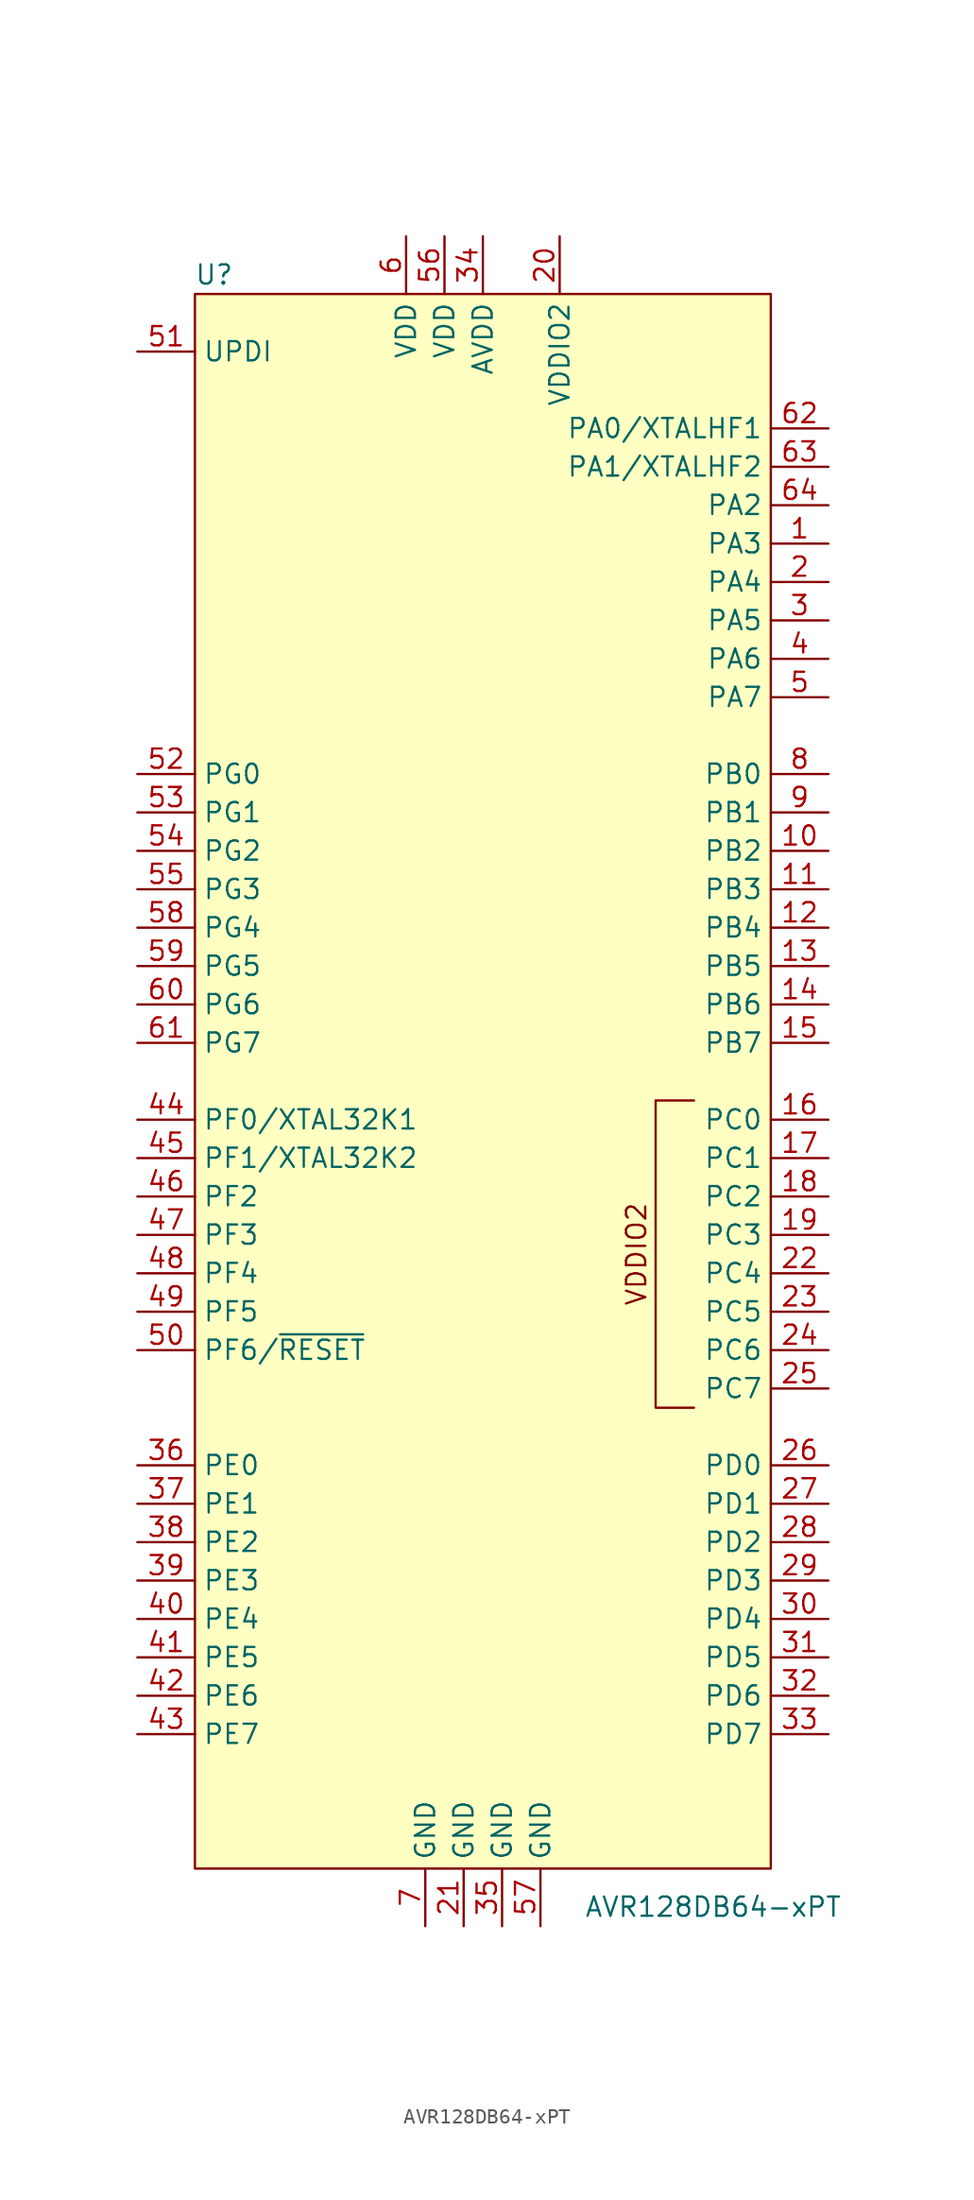
<source format=kicad_sym>
(kicad_symbol_lib
  (version 20211014)
  (generator kicad_symbol_editor)
  (symbol "AVR128DB64-xPT"
    (property "Reference" "U"
      (at -17.78 53.34 0)
      (effects (font (size 1.27 1.27))))
    (property "Value" "AVR128DB64-xPT"
      (at 15.24 -54.61 0)
      (effects (font (size 1.27 1.27))))
    (symbol "AVR128DB64-xPT_0_0"
      (text "VDDIO2" (at 10.16 -11.43 900) (effects (font (size 1.27 1.27)))))
    (symbol "AVR128DB64-xPT_0_1"
      (rectangle (start -19.05 52.07) (end 19.05 -52.07) (stroke (width 0) (type default) (color 0 0 0 0)) (fill (type background)))
      (polyline (pts (xy 13.97 -1.27) (xy 11.43 -1.27) (xy 11.43 -21.59) (xy 13.97 -21.59)) (stroke (width 0) (type default) (color 0 0 0 0)) (fill (type none))))
    (symbol "AVR128DB64-xPT_1_1"
      (pin bidirectional line (at 22.86 35.56 180) (length 3.81) (name "PA3" (effects (font (size 1.27 1.27)))) (number "1" (effects (font (size 1.27 1.27)))))
      (pin bidirectional line (at 22.86 15.24 180) (length 3.81) (name "PB2" (effects (font (size 1.27 1.27)))) (number "10" (effects (font (size 1.27 1.27)))))
      (pin bidirectional line (at 22.86 12.7 180) (length 3.81) (name "PB3" (effects (font (size 1.27 1.27)))) (number "11" (effects (font (size 1.27 1.27)))))
      (pin bidirectional line (at 22.86 10.16 180) (length 3.81) (name "PB4" (effects (font (size 1.27 1.27)))) (number "12" (effects (font (size 1.27 1.27)))))
      (pin bidirectional line (at 22.86 7.62 180) (length 3.81) (name "PB5" (effects (font (size 1.27 1.27)))) (number "13" (effects (font (size 1.27 1.27)))))
      (pin bidirectional line (at 22.86 5.08 180) (length 3.81) (name "PB6" (effects (font (size 1.27 1.27)))) (number "14" (effects (font (size 1.27 1.27)))))
      (pin bidirectional line (at 22.86 2.54 180) (length 3.81) (name "PB7" (effects (font (size 1.27 1.27)))) (number "15" (effects (font (size 1.27 1.27)))))
      (pin bidirectional line (at 22.86 -2.54 180) (length 3.81) (name "PC0" (effects (font (size 1.27 1.27)))) (number "16" (effects (font (size 1.27 1.27)))))
      (pin bidirectional line (at 22.86 -5.08 180) (length 3.81) (name "PC1" (effects (font (size 1.27 1.27)))) (number "17" (effects (font (size 1.27 1.27)))))
      (pin bidirectional line (at 22.86 -7.62 180) (length 3.81) (name "PC2" (effects (font (size 1.27 1.27)))) (number "18" (effects (font (size 1.27 1.27)))))
      (pin bidirectional line (at 22.86 -10.16 180) (length 3.81) (name "PC3" (effects (font (size 1.27 1.27)))) (number "19" (effects (font (size 1.27 1.27)))))
      (pin bidirectional line (at 22.86 33.02 180) (length 3.81) (name "PA4" (effects (font (size 1.27 1.27)))) (number "2" (effects (font (size 1.27 1.27)))))
      (pin power_in line (at 5.08 55.88 270) (length 3.81) (name "VDDIO2" (effects (font (size 1.27 1.27)))) (number "20" (effects (font (size 1.27 1.27)))))
      (pin power_in line (at -1.27 -55.88 90) (length 3.81) (name "GND" (effects (font (size 1.27 1.27)))) (number "21" (effects (font (size 1.27 1.27)))))
      (pin bidirectional line (at 22.86 -12.7 180) (length 3.81) (name "PC4" (effects (font (size 1.27 1.27)))) (number "22" (effects (font (size 1.27 1.27)))))
      (pin bidirectional line (at 22.86 -15.24 180) (length 3.81) (name "PC5" (effects (font (size 1.27 1.27)))) (number "23" (effects (font (size 1.27 1.27)))))
      (pin bidirectional line (at 22.86 -17.78 180) (length 3.81) (name "PC6" (effects (font (size 1.27 1.27)))) (number "24" (effects (font (size 1.27 1.27)))))
      (pin bidirectional line (at 22.86 -20.32 180) (length 3.81) (name "PC7" (effects (font (size 1.27 1.27)))) (number "25" (effects (font (size 1.27 1.27)))))
      (pin bidirectional line (at 22.86 -25.4 180) (length 3.81) (name "PD0" (effects (font (size 1.27 1.27)))) (number "26" (effects (font (size 1.27 1.27)))))
      (pin bidirectional line (at 22.86 -27.94 180) (length 3.81) (name "PD1" (effects (font (size 1.27 1.27)))) (number "27" (effects (font (size 1.27 1.27)))))
      (pin bidirectional line (at 22.86 -30.48 180) (length 3.81) (name "PD2" (effects (font (size 1.27 1.27)))) (number "28" (effects (font (size 1.27 1.27)))))
      (pin bidirectional line (at 22.86 -33.02 180) (length 3.81) (name "PD3" (effects (font (size 1.27 1.27)))) (number "29" (effects (font (size 1.27 1.27)))))
      (pin bidirectional line (at 22.86 30.48 180) (length 3.81) (name "PA5" (effects (font (size 1.27 1.27)))) (number "3" (effects (font (size 1.27 1.27)))))
      (pin bidirectional line (at 22.86 -35.56 180) (length 3.81) (name "PD4" (effects (font (size 1.27 1.27)))) (number "30" (effects (font (size 1.27 1.27)))))
      (pin bidirectional line (at 22.86 -38.1 180) (length 3.81) (name "PD5" (effects (font (size 1.27 1.27)))) (number "31" (effects (font (size 1.27 1.27)))))
      (pin bidirectional line (at 22.86 -40.64 180) (length 3.81) (name "PD6" (effects (font (size 1.27 1.27)))) (number "32" (effects (font (size 1.27 1.27)))))
      (pin bidirectional line (at 22.86 -43.18 180) (length 3.81) (name "PD7" (effects (font (size 1.27 1.27)))) (number "33" (effects (font (size 1.27 1.27)))))
      (pin power_in line (at 0 55.88 270) (length 3.81) (name "AVDD" (effects (font (size 1.27 1.27)))) (number "34" (effects (font (size 1.27 1.27)))))
      (pin power_in line (at 1.27 -55.88 90) (length 3.81) (name "GND" (effects (font (size 1.27 1.27)))) (number "35" (effects (font (size 1.27 1.27)))))
      (pin bidirectional line (at -22.86 -25.4 0) (length 3.81) (name "PE0" (effects (font (size 1.27 1.27)))) (number "36" (effects (font (size 1.27 1.27)))))
      (pin bidirectional line (at -22.86 -27.94 0) (length 3.81) (name "PE1" (effects (font (size 1.27 1.27)))) (number "37" (effects (font (size 1.27 1.27)))))
      (pin bidirectional line (at -22.86 -30.48 0) (length 3.81) (name "PE2" (effects (font (size 1.27 1.27)))) (number "38" (effects (font (size 1.27 1.27)))))
      (pin bidirectional line (at -22.86 -33.02 0) (length 3.81) (name "PE3" (effects (font (size 1.27 1.27)))) (number "39" (effects (font (size 1.27 1.27)))))
      (pin bidirectional line (at 22.86 27.94 180) (length 3.81) (name "PA6" (effects (font (size 1.27 1.27)))) (number "4" (effects (font (size 1.27 1.27)))))
      (pin bidirectional line (at -22.86 -35.56 0) (length 3.81) (name "PE4" (effects (font (size 1.27 1.27)))) (number "40" (effects (font (size 1.27 1.27)))))
      (pin bidirectional line (at -22.86 -38.1 0) (length 3.81) (name "PE5" (effects (font (size 1.27 1.27)))) (number "41" (effects (font (size 1.27 1.27)))))
      (pin bidirectional line (at -22.86 -40.64 0) (length 3.81) (name "PE6" (effects (font (size 1.27 1.27)))) (number "42" (effects (font (size 1.27 1.27)))))
      (pin bidirectional line (at -22.86 -43.18 0) (length 3.81) (name "PE7" (effects (font (size 1.27 1.27)))) (number "43" (effects (font (size 1.27 1.27)))))
      (pin bidirectional line (at -22.86 -2.54 0) (length 3.81) (name "PF0/XTAL32K1" (effects (font (size 1.27 1.27)))) (number "44" (effects (font (size 1.27 1.27)))))
      (pin bidirectional line (at -22.86 -5.08 0) (length 3.81) (name "PF1/XTAL32K2" (effects (font (size 1.27 1.27)))) (number "45" (effects (font (size 1.27 1.27)))))
      (pin bidirectional line (at -22.86 -7.62 0) (length 3.81) (name "PF2" (effects (font (size 1.27 1.27)))) (number "46" (effects (font (size 1.27 1.27)))))
      (pin bidirectional line (at -22.86 -10.16 0) (length 3.81) (name "PF3" (effects (font (size 1.27 1.27)))) (number "47" (effects (font (size 1.27 1.27)))))
      (pin bidirectional line (at -22.86 -12.7 0) (length 3.81) (name "PF4" (effects (font (size 1.27 1.27)))) (number "48" (effects (font (size 1.27 1.27)))))
      (pin bidirectional line (at -22.86 -15.24 0) (length 3.81) (name "PF5" (effects (font (size 1.27 1.27)))) (number "49" (effects (font (size 1.27 1.27)))))
      (pin bidirectional line (at 22.86 25.4 180) (length 3.81) (name "PA7" (effects (font (size 1.27 1.27)))) (number "5" (effects (font (size 1.27 1.27)))))
      (pin input line (at -22.86 -17.78 0) (length 3.81) (name "PF6/~{RESET}" (effects (font (size 1.27 1.27)))) (number "50" (effects (font (size 1.27 1.27)))))
      (pin bidirectional line (at -22.86 48.26 0) (length 3.81) (name "UPDI" (effects (font (size 1.27 1.27)))) (number "51" (effects (font (size 1.27 1.27)))))
      (pin bidirectional line (at -22.86 20.32 0) (length 3.81) (name "PG0" (effects (font (size 1.27 1.27)))) (number "52" (effects (font (size 1.27 1.27)))))
      (pin bidirectional line (at -22.86 17.78 0) (length 3.81) (name "PG1" (effects (font (size 1.27 1.27)))) (number "53" (effects (font (size 1.27 1.27)))))
      (pin bidirectional line (at -22.86 15.24 0) (length 3.81) (name "PG2" (effects (font (size 1.27 1.27)))) (number "54" (effects (font (size 1.27 1.27)))))
      (pin bidirectional line (at -22.86 12.7 0) (length 3.81) (name "PG3" (effects (font (size 1.27 1.27)))) (number "55" (effects (font (size 1.27 1.27)))))
      (pin power_in line (at -2.54 55.88 270) (length 3.81) (name "VDD" (effects (font (size 1.27 1.27)))) (number "56" (effects (font (size 1.27 1.27)))))
      (pin power_in line (at 3.81 -55.88 90) (length 3.81) (name "GND" (effects (font (size 1.27 1.27)))) (number "57" (effects (font (size 1.27 1.27)))))
      (pin bidirectional line (at -22.86 10.16 0) (length 3.81) (name "PG4" (effects (font (size 1.27 1.27)))) (number "58" (effects (font (size 1.27 1.27)))))
      (pin bidirectional line (at -22.86 7.62 0) (length 3.81) (name "PG5" (effects (font (size 1.27 1.27)))) (number "59" (effects (font (size 1.27 1.27)))))
      (pin power_in line (at -5.08 55.88 270) (length 3.81) (name "VDD" (effects (font (size 1.27 1.27)))) (number "6" (effects (font (size 1.27 1.27)))))
      (pin bidirectional line (at -22.86 5.08 0) (length 3.81) (name "PG6" (effects (font (size 1.27 1.27)))) (number "60" (effects (font (size 1.27 1.27)))))
      (pin bidirectional line (at -22.86 2.54 0) (length 3.81) (name "PG7" (effects (font (size 1.27 1.27)))) (number "61" (effects (font (size 1.27 1.27)))))
      (pin bidirectional line (at 22.86 43.18 180) (length 3.81) (name "PA0/XTALHF1" (effects (font (size 1.27 1.27)))) (number "62" (effects (font (size 1.27 1.27)))))
      (pin bidirectional line (at 22.86 40.64 180) (length 3.81) (name "PA1/XTALHF2" (effects (font (size 1.27 1.27)))) (number "63" (effects (font (size 1.27 1.27)))))
      (pin bidirectional line (at 22.86 38.1 180) (length 3.81) (name "PA2" (effects (font (size 1.27 1.27)))) (number "64" (effects (font (size 1.27 1.27)))))
      (pin power_in line (at -3.81 -55.88 90) (length 3.81) (name "GND" (effects (font (size 1.27 1.27)))) (number "7" (effects (font (size 1.27 1.27)))))
      (pin bidirectional line (at 22.86 20.32 180) (length 3.81) (name "PB0" (effects (font (size 1.27 1.27)))) (number "8" (effects (font (size 1.27 1.27)))))
      (pin bidirectional line (at 22.86 17.78 180) (length 3.81) (name "PB1" (effects (font (size 1.27 1.27)))) (number "9" (effects (font (size 1.27 1.27))))))))
</source>
